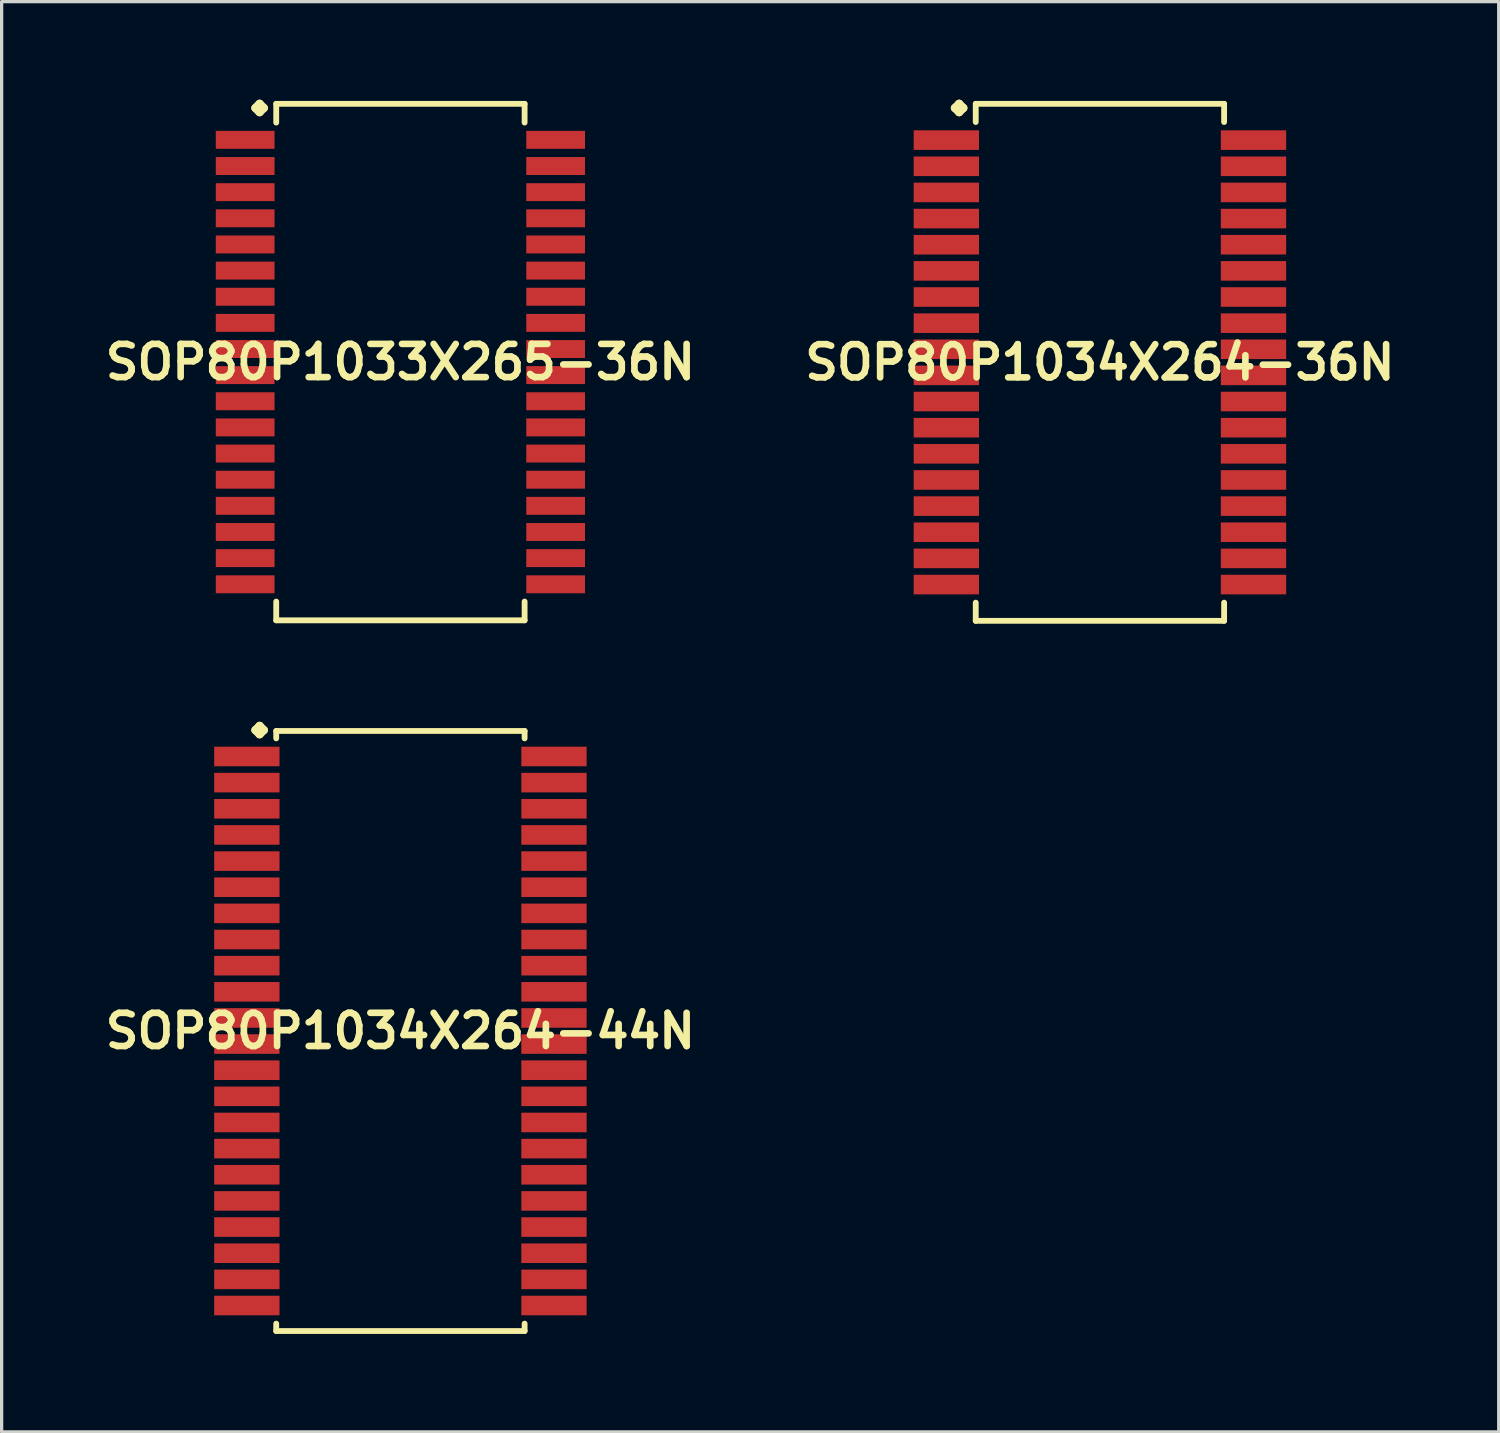
<source format=kicad_pcb>
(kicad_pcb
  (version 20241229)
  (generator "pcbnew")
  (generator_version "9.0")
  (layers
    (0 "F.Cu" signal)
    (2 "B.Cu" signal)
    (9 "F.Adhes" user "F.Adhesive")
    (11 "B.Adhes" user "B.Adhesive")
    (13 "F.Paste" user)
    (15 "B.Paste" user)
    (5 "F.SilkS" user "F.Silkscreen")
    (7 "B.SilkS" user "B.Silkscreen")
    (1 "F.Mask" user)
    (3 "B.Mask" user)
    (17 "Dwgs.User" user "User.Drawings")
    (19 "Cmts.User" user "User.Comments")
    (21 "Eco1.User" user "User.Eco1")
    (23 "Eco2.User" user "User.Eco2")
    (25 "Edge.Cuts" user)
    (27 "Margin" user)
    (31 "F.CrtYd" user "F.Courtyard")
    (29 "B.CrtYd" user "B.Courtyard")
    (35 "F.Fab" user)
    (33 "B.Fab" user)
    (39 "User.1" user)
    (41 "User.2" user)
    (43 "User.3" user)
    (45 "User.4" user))
  (footprint "SOP80P1033X265-36N"
    (layer "F.Cu")
    (at 9.202 8.029)
    (property "Reference" "SOP80P1033X265-36N" (at 0 0 0) (layer "F.SilkS") (effects (font (size 1.016 1.016) (thickness 0.203))))
    (attr smd)
    (fp_line (start -4.435 -7.775) (end -4.308 -7.902) (stroke (width 0.254) (type solid)) (layer "F.SilkS"))
    (fp_line (start -4.308 -7.902) (end -4.181 -7.775) (stroke (width 0.254) (type solid)) (layer "F.SilkS"))
    (fp_line (start -4.308 -7.648) (end -4.435 -7.775) (stroke (width 0.254) (type solid)) (layer "F.SilkS"))
    (fp_line (start -4.181 -7.775) (end -4.308 -7.648) (stroke (width 0.254) (type solid)) (layer "F.SilkS"))
    (fp_line (start -3.8 -7.902) (end 3.8 -7.902) (stroke (width 0.178) (type solid)) (layer "F.SilkS"))
    (fp_line (start -3.8 -7.328) (end -3.8 -7.902) (stroke (width 0.178) (type solid)) (layer "F.SilkS"))
    (fp_line (start -3.8 7.328) (end -3.8 7.902) (stroke (width 0.178) (type solid)) (layer "F.SilkS"))
    (fp_line (start -3.8 7.902) (end 3.8 7.902) (stroke (width 0.178) (type solid)) (layer "F.SilkS"))
    (fp_line (start 3.8 -7.902) (end 3.8 -7.328) (stroke (width 0.178) (type solid)) (layer "F.SilkS"))
    (fp_line (start 3.8 7.902) (end 3.8 7.328) (stroke (width 0.178) (type solid)) (layer "F.SilkS"))
    (pad "1" smd rect (at -4.75 -6.8) (size 1.798 0.549) (layers "F.Cu" "F.Mask" "F.Paste"))
    (pad "2" smd rect (at -4.75 -5.999) (size 1.798 0.549) (layers "F.Cu" "F.Mask" "F.Paste"))
    (pad "3" smd rect (at -4.75 -5.199) (size 1.798 0.549) (layers "F.Cu" "F.Mask" "F.Paste"))
    (pad "4" smd rect (at -4.75 -4.399) (size 1.798 0.549) (layers "F.Cu" "F.Mask" "F.Paste"))
    (pad "5" smd rect (at -4.75 -3.599) (size 1.798 0.549) (layers "F.Cu" "F.Mask" "F.Paste"))
    (pad "6" smd rect (at -4.75 -2.799) (size 1.798 0.549) (layers "F.Cu" "F.Mask" "F.Paste"))
    (pad "7" smd rect (at -4.75 -1.999) (size 1.798 0.549) (layers "F.Cu" "F.Mask" "F.Paste"))
    (pad "8" smd rect (at -4.75 -1.199) (size 1.798 0.549) (layers "F.Cu" "F.Mask" "F.Paste"))
    (pad "9" smd rect (at -4.75 -0.399) (size 1.798 0.549) (layers "F.Cu" "F.Mask" "F.Paste"))
    (pad "10" smd rect (at -4.75 0.399) (size 1.798 0.549) (layers "F.Cu" "F.Mask" "F.Paste"))
    (pad "11" smd rect (at -4.75 1.199) (size 1.798 0.549) (layers "F.Cu" "F.Mask" "F.Paste"))
    (pad "12" smd rect (at -4.75 1.999) (size 1.798 0.549) (layers "F.Cu" "F.Mask" "F.Paste"))
    (pad "13" smd rect (at -4.75 2.799) (size 1.798 0.549) (layers "F.Cu" "F.Mask" "F.Paste"))
    (pad "14" smd rect (at -4.75 3.599) (size 1.798 0.549) (layers "F.Cu" "F.Mask" "F.Paste"))
    (pad "15" smd rect (at -4.75 4.399) (size 1.798 0.549) (layers "F.Cu" "F.Mask" "F.Paste"))
    (pad "16" smd rect (at -4.75 5.199) (size 1.798 0.549) (layers "F.Cu" "F.Mask" "F.Paste"))
    (pad "17" smd rect (at -4.75 5.999) (size 1.798 0.549) (layers "F.Cu" "F.Mask" "F.Paste"))
    (pad "18" smd rect (at -4.75 6.8) (size 1.798 0.549) (layers "F.Cu" "F.Mask" "F.Paste"))
    (pad "19" smd rect (at 4.75 6.8) (size 1.798 0.549) (layers "F.Cu" "F.Mask" "F.Paste"))
    (pad "20" smd rect (at 4.75 5.999) (size 1.798 0.549) (layers "F.Cu" "F.Mask" "F.Paste"))
    (pad "21" smd rect (at 4.75 5.199) (size 1.798 0.549) (layers "F.Cu" "F.Mask" "F.Paste"))
    (pad "22" smd rect (at 4.75 4.399) (size 1.798 0.549) (layers "F.Cu" "F.Mask" "F.Paste"))
    (pad "23" smd rect (at 4.75 3.599) (size 1.798 0.549) (layers "F.Cu" "F.Mask" "F.Paste"))
    (pad "24" smd rect (at 4.75 2.799) (size 1.798 0.549) (layers "F.Cu" "F.Mask" "F.Paste"))
    (pad "25" smd rect (at 4.75 1.999) (size 1.798 0.549) (layers "F.Cu" "F.Mask" "F.Paste"))
    (pad "26" smd rect (at 4.75 1.199) (size 1.798 0.549) (layers "F.Cu" "F.Mask" "F.Paste"))
    (pad "27" smd rect (at 4.75 0.399) (size 1.798 0.549) (layers "F.Cu" "F.Mask" "F.Paste"))
    (pad "28" smd rect (at 4.75 -0.399) (size 1.798 0.549) (layers "F.Cu" "F.Mask" "F.Paste"))
    (pad "29" smd rect (at 4.75 -1.199) (size 1.798 0.549) (layers "F.Cu" "F.Mask" "F.Paste"))
    (pad "30" smd rect (at 4.75 -1.999) (size 1.798 0.549) (layers "F.Cu" "F.Mask" "F.Paste"))
    (pad "31" smd rect (at 4.75 -2.799) (size 1.798 0.549) (layers "F.Cu" "F.Mask" "F.Paste"))
    (pad "32" smd rect (at 4.75 -3.599) (size 1.798 0.549) (layers "F.Cu" "F.Mask" "F.Paste"))
    (pad "33" smd rect (at 4.75 -4.399) (size 1.798 0.549) (layers "F.Cu" "F.Mask" "F.Paste"))
    (pad "34" smd rect (at 4.75 -5.199) (size 1.798 0.549) (layers "F.Cu" "F.Mask" "F.Paste"))
    (pad "35" smd rect (at 4.75 -5.999) (size 1.798 0.549) (layers "F.Cu" "F.Mask" "F.Paste"))
    (pad "36" smd rect (at 4.75 -6.8) (size 1.798 0.549) (layers "F.Cu" "F.Mask" "F.Paste")))
  (footprint "SOP80P1034X264-44N"
    (layer "F.Cu")
    (at 9.202 28.497)
    (property "Reference" "SOP80P1034X264-44N" (at 0 0 0) (layer "F.SilkS") (effects (font (size 1.016 1.016) (thickness 0.203))))
    (attr smd)
    (fp_line (start -4.435 -9.207) (end -4.308 -9.335) (stroke (width 0.254) (type solid)) (layer "F.SilkS"))
    (fp_line (start -4.308 -9.335) (end -4.181 -9.207) (stroke (width 0.254) (type solid)) (layer "F.SilkS"))
    (fp_line (start -4.308 -9.081) (end -4.435 -9.207) (stroke (width 0.254) (type solid)) (layer "F.SilkS"))
    (fp_line (start -4.181 -9.207) (end -4.308 -9.081) (stroke (width 0.254) (type solid)) (layer "F.SilkS"))
    (fp_line (start -3.8 -9.18) (end 3.8 -9.18) (stroke (width 0.178) (type solid)) (layer "F.SilkS"))
    (fp_line (start -3.8 -8.954) (end -3.8 -9.18) (stroke (width 0.178) (type solid)) (layer "F.SilkS"))
    (fp_line (start -3.8 8.954) (end -3.8 9.18) (stroke (width 0.178) (type solid)) (layer "F.SilkS"))
    (fp_line (start -3.8 9.18) (end 3.8 9.18) (stroke (width 0.178) (type solid)) (layer "F.SilkS"))
    (fp_line (start 3.8 -9.18) (end 3.8 -8.954) (stroke (width 0.178) (type solid)) (layer "F.SilkS"))
    (fp_line (start 3.8 9.18) (end 3.8 8.954) (stroke (width 0.178) (type solid)) (layer "F.SilkS"))
    (pad "1" smd rect (at -4.699 -8.4) (size 1.999 0.599) (layers "F.Cu" "F.Mask" "F.Paste"))
    (pad "2" smd rect (at -4.699 -7.6) (size 1.999 0.599) (layers "F.Cu" "F.Mask" "F.Paste"))
    (pad "3" smd rect (at -4.699 -6.8) (size 1.999 0.599) (layers "F.Cu" "F.Mask" "F.Paste"))
    (pad "4" smd rect (at -4.699 -5.999) (size 1.999 0.599) (layers "F.Cu" "F.Mask" "F.Paste"))
    (pad "5" smd rect (at -4.699 -5.199) (size 1.999 0.599) (layers "F.Cu" "F.Mask" "F.Paste"))
    (pad "6" smd rect (at -4.699 -4.399) (size 1.999 0.599) (layers "F.Cu" "F.Mask" "F.Paste"))
    (pad "7" smd rect (at -4.699 -3.599) (size 1.999 0.599) (layers "F.Cu" "F.Mask" "F.Paste"))
    (pad "8" smd rect (at -4.699 -2.799) (size 1.999 0.599) (layers "F.Cu" "F.Mask" "F.Paste"))
    (pad "9" smd rect (at -4.699 -1.999) (size 1.999 0.599) (layers "F.Cu" "F.Mask" "F.Paste"))
    (pad "10" smd rect (at -4.699 -1.199) (size 1.999 0.599) (layers "F.Cu" "F.Mask" "F.Paste"))
    (pad "11" smd rect (at -4.699 -0.399) (size 1.999 0.599) (layers "F.Cu" "F.Mask" "F.Paste"))
    (pad "12" smd rect (at -4.699 0.399) (size 1.999 0.599) (layers "F.Cu" "F.Mask" "F.Paste"))
    (pad "13" smd rect (at -4.699 1.199) (size 1.999 0.599) (layers "F.Cu" "F.Mask" "F.Paste"))
    (pad "14" smd rect (at -4.699 1.999) (size 1.999 0.599) (layers "F.Cu" "F.Mask" "F.Paste"))
    (pad "15" smd rect (at -4.699 2.799) (size 1.999 0.599) (layers "F.Cu" "F.Mask" "F.Paste"))
    (pad "16" smd rect (at -4.699 3.599) (size 1.999 0.599) (layers "F.Cu" "F.Mask" "F.Paste"))
    (pad "17" smd rect (at -4.699 4.399) (size 1.999 0.599) (layers "F.Cu" "F.Mask" "F.Paste"))
    (pad "18" smd rect (at -4.699 5.199) (size 1.999 0.599) (layers "F.Cu" "F.Mask" "F.Paste"))
    (pad "19" smd rect (at -4.699 5.999) (size 1.999 0.599) (layers "F.Cu" "F.Mask" "F.Paste"))
    (pad "20" smd rect (at -4.699 6.8) (size 1.999 0.599) (layers "F.Cu" "F.Mask" "F.Paste"))
    (pad "21" smd rect (at -4.699 7.6) (size 1.999 0.599) (layers "F.Cu" "F.Mask" "F.Paste"))
    (pad "22" smd rect (at -4.699 8.4) (size 1.999 0.599) (layers "F.Cu" "F.Mask" "F.Paste"))
    (pad "23" smd rect (at 4.699 8.4) (size 1.999 0.599) (layers "F.Cu" "F.Mask" "F.Paste"))
    (pad "24" smd rect (at 4.699 7.6) (size 1.999 0.599) (layers "F.Cu" "F.Mask" "F.Paste"))
    (pad "25" smd rect (at 4.699 6.8) (size 1.999 0.599) (layers "F.Cu" "F.Mask" "F.Paste"))
    (pad "26" smd rect (at 4.699 5.999) (size 1.999 0.599) (layers "F.Cu" "F.Mask" "F.Paste"))
    (pad "27" smd rect (at 4.699 5.199) (size 1.999 0.599) (layers "F.Cu" "F.Mask" "F.Paste"))
    (pad "28" smd rect (at 4.699 4.399) (size 1.999 0.599) (layers "F.Cu" "F.Mask" "F.Paste"))
    (pad "29" smd rect (at 4.699 3.599) (size 1.999 0.599) (layers "F.Cu" "F.Mask" "F.Paste"))
    (pad "30" smd rect (at 4.699 2.799) (size 1.999 0.599) (layers "F.Cu" "F.Mask" "F.Paste"))
    (pad "31" smd rect (at 4.699 1.999) (size 1.999 0.599) (layers "F.Cu" "F.Mask" "F.Paste"))
    (pad "32" smd rect (at 4.699 1.199) (size 1.999 0.599) (layers "F.Cu" "F.Mask" "F.Paste"))
    (pad "33" smd rect (at 4.699 0.399) (size 1.999 0.599) (layers "F.Cu" "F.Mask" "F.Paste"))
    (pad "34" smd rect (at 4.699 -0.399) (size 1.999 0.599) (layers "F.Cu" "F.Mask" "F.Paste"))
    (pad "35" smd rect (at 4.699 -1.199) (size 1.999 0.599) (layers "F.Cu" "F.Mask" "F.Paste"))
    (pad "36" smd rect (at 4.699 -1.999) (size 1.999 0.599) (layers "F.Cu" "F.Mask" "F.Paste"))
    (pad "37" smd rect (at 4.699 -2.799) (size 1.999 0.599) (layers "F.Cu" "F.Mask" "F.Paste"))
    (pad "38" smd rect (at 4.699 -3.599) (size 1.999 0.599) (layers "F.Cu" "F.Mask" "F.Paste"))
    (pad "39" smd rect (at 4.699 -4.399) (size 1.999 0.599) (layers "F.Cu" "F.Mask" "F.Paste"))
    (pad "40" smd rect (at 4.699 -5.199) (size 1.999 0.599) (layers "F.Cu" "F.Mask" "F.Paste"))
    (pad "41" smd rect (at 4.699 -5.999) (size 1.999 0.599) (layers "F.Cu" "F.Mask" "F.Paste"))
    (pad "42" smd rect (at 4.699 -6.8) (size 1.999 0.599) (layers "F.Cu" "F.Mask" "F.Paste"))
    (pad "43" smd rect (at 4.699 -7.6) (size 1.999 0.599) (layers "F.Cu" "F.Mask" "F.Paste"))
    (pad "44" smd rect (at 4.699 -8.4) (size 1.999 0.599) (layers "F.Cu" "F.Mask" "F.Paste")))
  (footprint "SOP80P1034X264-36N"
    (layer "F.Cu")
    (at 30.606 8.037)
    (property "Reference" "SOP80P1034X264-36N" (at 0 0 0) (layer "F.SilkS") (effects (font (size 1.016 1.016) (thickness 0.203))))
    (attr smd)
    (fp_line (start -4.435 -7.783) (end -4.308 -7.91) (stroke (width 0.254) (type solid)) (layer "F.SilkS"))
    (fp_line (start -4.308 -7.91) (end -4.181 -7.783) (stroke (width 0.254) (type solid)) (layer "F.SilkS"))
    (fp_line (start -4.308 -7.656) (end -4.435 -7.783) (stroke (width 0.254) (type solid)) (layer "F.SilkS"))
    (fp_line (start -4.181 -7.783) (end -4.308 -7.656) (stroke (width 0.254) (type solid)) (layer "F.SilkS"))
    (fp_line (start -3.8 -7.91) (end 3.8 -7.91) (stroke (width 0.178) (type solid)) (layer "F.SilkS"))
    (fp_line (start -3.8 -7.353) (end -3.8 -7.91) (stroke (width 0.178) (type solid)) (layer "F.SilkS"))
    (fp_line (start -3.8 7.353) (end -3.8 7.91) (stroke (width 0.178) (type solid)) (layer "F.SilkS"))
    (fp_line (start -3.8 7.91) (end 3.8 7.91) (stroke (width 0.178) (type solid)) (layer "F.SilkS"))
    (fp_line (start 3.8 -7.91) (end 3.8 -7.353) (stroke (width 0.178) (type solid)) (layer "F.SilkS"))
    (fp_line (start 3.8 7.91) (end 3.8 7.353) (stroke (width 0.178) (type solid)) (layer "F.SilkS"))
    (pad "1" smd rect (at -4.699 -6.8) (size 1.999 0.599) (layers "F.Cu" "F.Mask" "F.Paste"))
    (pad "2" smd rect (at -4.699 -5.999) (size 1.999 0.599) (layers "F.Cu" "F.Mask" "F.Paste"))
    (pad "3" smd rect (at -4.699 -5.199) (size 1.999 0.599) (layers "F.Cu" "F.Mask" "F.Paste"))
    (pad "4" smd rect (at -4.699 -4.399) (size 1.999 0.599) (layers "F.Cu" "F.Mask" "F.Paste"))
    (pad "5" smd rect (at -4.699 -3.599) (size 1.999 0.599) (layers "F.Cu" "F.Mask" "F.Paste"))
    (pad "6" smd rect (at -4.699 -2.799) (size 1.999 0.599) (layers "F.Cu" "F.Mask" "F.Paste"))
    (pad "7" smd rect (at -4.699 -1.999) (size 1.999 0.599) (layers "F.Cu" "F.Mask" "F.Paste"))
    (pad "8" smd rect (at -4.699 -1.199) (size 1.999 0.599) (layers "F.Cu" "F.Mask" "F.Paste"))
    (pad "9" smd rect (at -4.699 -0.399) (size 1.999 0.599) (layers "F.Cu" "F.Mask" "F.Paste"))
    (pad "10" smd rect (at -4.699 0.399) (size 1.999 0.599) (layers "F.Cu" "F.Mask" "F.Paste"))
    (pad "11" smd rect (at -4.699 1.199) (size 1.999 0.599) (layers "F.Cu" "F.Mask" "F.Paste"))
    (pad "12" smd rect (at -4.699 1.999) (size 1.999 0.599) (layers "F.Cu" "F.Mask" "F.Paste"))
    (pad "13" smd rect (at -4.699 2.799) (size 1.999 0.599) (layers "F.Cu" "F.Mask" "F.Paste"))
    (pad "14" smd rect (at -4.699 3.599) (size 1.999 0.599) (layers "F.Cu" "F.Mask" "F.Paste"))
    (pad "15" smd rect (at -4.699 4.399) (size 1.999 0.599) (layers "F.Cu" "F.Mask" "F.Paste"))
    (pad "16" smd rect (at -4.699 5.199) (size 1.999 0.599) (layers "F.Cu" "F.Mask" "F.Paste"))
    (pad "17" smd rect (at -4.699 5.999) (size 1.999 0.599) (layers "F.Cu" "F.Mask" "F.Paste"))
    (pad "18" smd rect (at -4.699 6.8) (size 1.999 0.599) (layers "F.Cu" "F.Mask" "F.Paste"))
    (pad "19" smd rect (at 4.699 6.8) (size 1.999 0.599) (layers "F.Cu" "F.Mask" "F.Paste"))
    (pad "20" smd rect (at 4.699 5.999) (size 1.999 0.599) (layers "F.Cu" "F.Mask" "F.Paste"))
    (pad "21" smd rect (at 4.699 5.199) (size 1.999 0.599) (layers "F.Cu" "F.Mask" "F.Paste"))
    (pad "22" smd rect (at 4.699 4.399) (size 1.999 0.599) (layers "F.Cu" "F.Mask" "F.Paste"))
    (pad "23" smd rect (at 4.699 3.599) (size 1.999 0.599) (layers "F.Cu" "F.Mask" "F.Paste"))
    (pad "24" smd rect (at 4.699 2.799) (size 1.999 0.599) (layers "F.Cu" "F.Mask" "F.Paste"))
    (pad "25" smd rect (at 4.699 1.999) (size 1.999 0.599) (layers "F.Cu" "F.Mask" "F.Paste"))
    (pad "26" smd rect (at 4.699 1.199) (size 1.999 0.599) (layers "F.Cu" "F.Mask" "F.Paste"))
    (pad "27" smd rect (at 4.699 0.399) (size 1.999 0.599) (layers "F.Cu" "F.Mask" "F.Paste"))
    (pad "28" smd rect (at 4.699 -0.399) (size 1.999 0.599) (layers "F.Cu" "F.Mask" "F.Paste"))
    (pad "29" smd rect (at 4.699 -1.199) (size 1.999 0.599) (layers "F.Cu" "F.Mask" "F.Paste"))
    (pad "30" smd rect (at 4.699 -1.999) (size 1.999 0.599) (layers "F.Cu" "F.Mask" "F.Paste"))
    (pad "31" smd rect (at 4.699 -2.799) (size 1.999 0.599) (layers "F.Cu" "F.Mask" "F.Paste"))
    (pad "32" smd rect (at 4.699 -3.599) (size 1.999 0.599) (layers "F.Cu" "F.Mask" "F.Paste"))
    (pad "33" smd rect (at 4.699 -4.399) (size 1.999 0.599) (layers "F.Cu" "F.Mask" "F.Paste"))
    (pad "34" smd rect (at 4.699 -5.199) (size 1.999 0.599) (layers "F.Cu" "F.Mask" "F.Paste"))
    (pad "35" smd rect (at 4.699 -5.999) (size 1.999 0.599) (layers "F.Cu" "F.Mask" "F.Paste"))
    (pad "36" smd rect (at 4.699 -6.8) (size 1.999 0.599) (layers "F.Cu" "F.Mask" "F.Paste")))
  (gr_rect
    (start -3 -3)
    (end 42.808 40.765)
    (stroke (width 0.1) (type default))
    (fill no)
    (layer "Edge.Cuts")))
</source>
